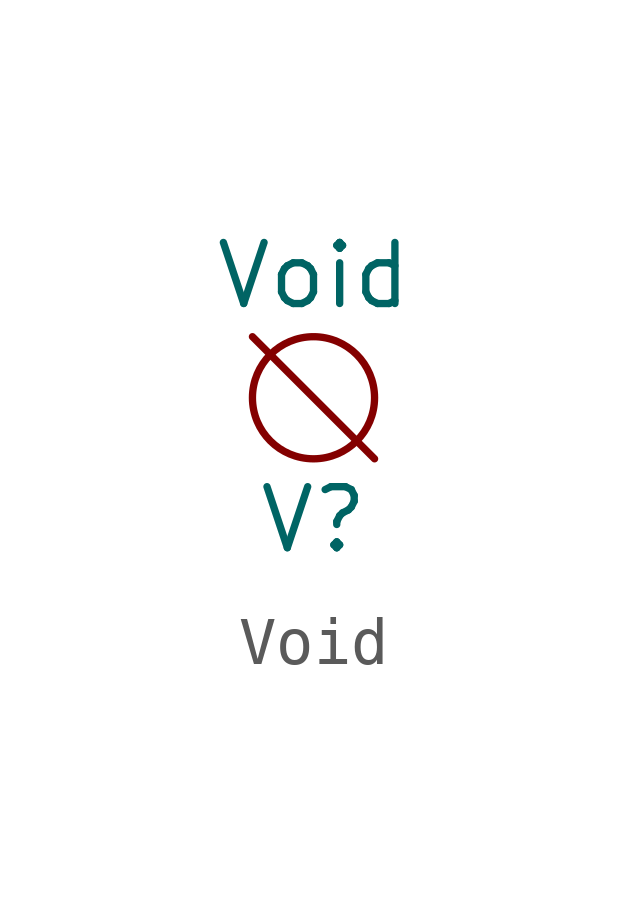
<source format=kicad_sym>
(kicad_symbol_lib
  (version 20211014)
  (generator kicad_symbol_editor)
  (symbol "Void"
    (pin_numbers hide)
    (pin_names
      (offset 0) hide)
    (property "Reference" "V"
      (at 0 -2.54 0)
      (effects (font (size 1.27 1.27))))
    (property "Value" "Void"
      (at 0 2.54 0)
      (effects (font (size 1.27 1.27))))
    (symbol "Void_0_1"
      (polyline (pts (xy -1.27 1.27) (xy 1.27 -1.27)) (stroke (width 0) (type default) (color 0 0 0 0)) (fill (type none)))
      (circle (center 0 0) (radius 1.27) (stroke (width 0) (type default) (color 0 0 0 0)) (fill (type none))))))
</source>
